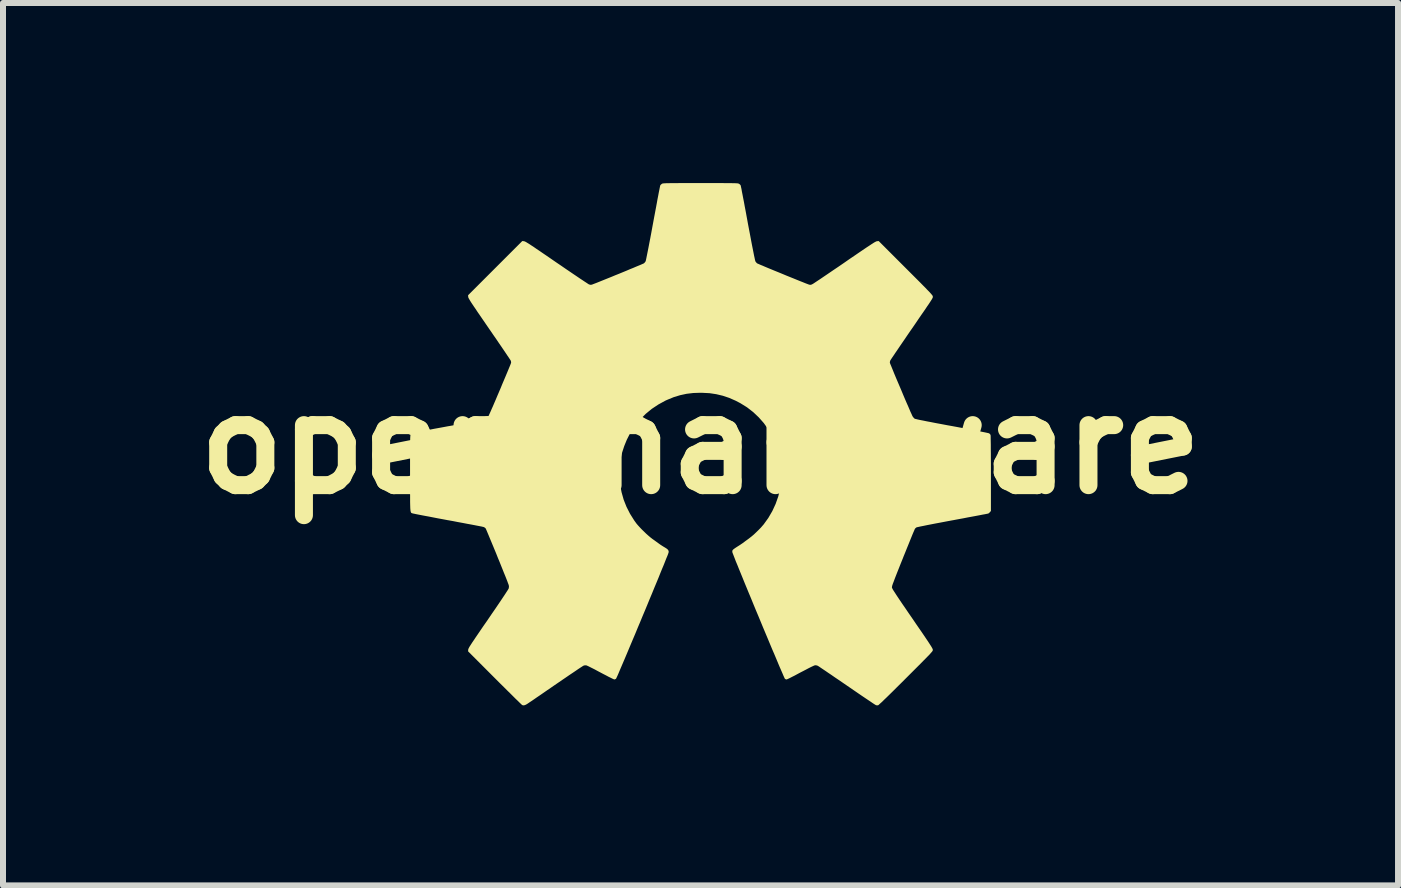
<source format=kicad_pcb>
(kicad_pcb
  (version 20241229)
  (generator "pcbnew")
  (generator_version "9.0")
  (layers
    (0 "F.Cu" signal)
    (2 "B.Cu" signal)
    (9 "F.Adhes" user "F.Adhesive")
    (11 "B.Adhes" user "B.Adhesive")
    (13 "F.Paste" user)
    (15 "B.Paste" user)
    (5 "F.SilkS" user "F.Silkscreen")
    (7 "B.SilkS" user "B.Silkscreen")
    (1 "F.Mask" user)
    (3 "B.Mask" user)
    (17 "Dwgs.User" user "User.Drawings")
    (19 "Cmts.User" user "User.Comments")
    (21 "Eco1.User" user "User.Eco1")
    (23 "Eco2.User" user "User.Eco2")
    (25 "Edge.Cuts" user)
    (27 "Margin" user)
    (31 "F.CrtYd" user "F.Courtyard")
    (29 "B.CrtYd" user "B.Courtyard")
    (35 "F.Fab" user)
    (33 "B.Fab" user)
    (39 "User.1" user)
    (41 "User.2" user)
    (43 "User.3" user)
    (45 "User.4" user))
  (footprint "open_hardware"
    (layer "F.Cu")
    (at 8.621 4.355)
    (property "Reference" "open_hardware" (at 0 0 0) (layer "F.SilkS") (effects (font (size 1.5 1.5) (thickness 0.3))))
    (attr board_only exclude_from_pos_files exclude_from_bom)
    (fp_poly (pts (xy 0.104 -4.355) (xy 0.195 -4.355) (xy 0.275 -4.355) (xy 0.344 -4.355) (xy 0.404 -4.354) (xy 0.455 -4.354) (xy 0.498 -4.354) (xy 0.533 -4.353) (xy 0.561 -4.353) (xy 0.584 -4.352) (xy 0.601 -4.351) (xy 0.615 -4.35) (xy 0.625 -4.349) (xy 0.632 -4.347) (xy 0.637 -4.345) (xy 0.641 -4.343) (xy 0.644 -4.342) (xy 0.659 -4.33) (xy 0.67 -4.316) (xy 0.67 -4.315) (xy 0.672 -4.306) (xy 0.676 -4.286) (xy 0.683 -4.255) (xy 0.69 -4.214) (xy 0.7 -4.164) (xy 0.711 -4.106) (xy 0.724 -4.04) (xy 0.737 -3.968) (xy 0.752 -3.89) (xy 0.767 -3.808) (xy 0.783 -3.721) (xy 0.789 -3.687) (xy 0.808 -3.587) (xy 0.826 -3.493) (xy 0.842 -3.407) (xy 0.857 -3.328) (xy 0.871 -3.258) (xy 0.883 -3.197) (xy 0.893 -3.146) (xy 0.902 -3.105) (xy 0.908 -3.076) (xy 0.913 -3.057) (xy 0.914 -3.052) (xy 0.927 -3.034) (xy 0.941 -3.019) (xy 0.942 -3.018) (xy 0.95 -3.014) (xy 0.969 -3.006) (xy 0.998 -2.993) (xy 1.035 -2.978) (xy 1.079 -2.959) (xy 1.129 -2.938) (xy 1.185 -2.915) (xy 1.243 -2.891) (xy 1.305 -2.866) (xy 1.368 -2.84) (xy 1.43 -2.814) (xy 1.492 -2.789) (xy 1.552 -2.765) (xy 1.608 -2.742) (xy 1.66 -2.721) (xy 1.706 -2.703) (xy 1.745 -2.687) (xy 1.776 -2.675) (xy 1.798 -2.667) (xy 1.808 -2.663) (xy 1.829 -2.659) (xy 1.848 -2.663) (xy 1.856 -2.666) (xy 1.865 -2.671) (xy 1.884 -2.682) (xy 1.911 -2.7) (xy 1.947 -2.724) (xy 1.991 -2.753) (xy 2.041 -2.787) (xy 2.097 -2.825) (xy 2.159 -2.867) (xy 2.225 -2.912) (xy 2.295 -2.959) (xy 2.368 -3.009) (xy 2.397 -3.029) (xy 2.483 -3.089) (xy 2.56 -3.141) (xy 2.627 -3.187) (xy 2.686 -3.227) (xy 2.736 -3.261) (xy 2.779 -3.29) (xy 2.816 -3.314) (xy 2.846 -3.334) (xy 2.871 -3.35) (xy 2.891 -3.363) (xy 2.907 -3.372) (xy 2.919 -3.378) (xy 2.929 -3.383) (xy 2.936 -3.385) (xy 2.941 -3.386) (xy 2.969 -3.389) (xy 3.42 -2.938) (xy 3.494 -2.864) (xy 3.56 -2.798) (xy 3.618 -2.74) (xy 3.668 -2.69) (xy 3.71 -2.647) (xy 3.747 -2.61) (xy 3.777 -2.578) (xy 3.803 -2.552) (xy 3.823 -2.531) (xy 3.838 -2.514) (xy 3.85 -2.5) (xy 3.859 -2.489) (xy 3.865 -2.481) (xy 3.868 -2.475) (xy 3.87 -2.47) (xy 3.871 -2.465) (xy 3.871 -2.464) (xy 3.871 -2.46) (xy 3.871 -2.456) (xy 3.871 -2.452) (xy 3.869 -2.447) (xy 3.867 -2.44) (xy 3.862 -2.432) (xy 3.856 -2.42) (xy 3.847 -2.406) (xy 3.835 -2.387) (xy 3.82 -2.364) (xy 3.801 -2.335) (xy 3.777 -2.301) (xy 3.75 -2.26) (xy 3.717 -2.212) (xy 3.678 -2.156) (xy 3.634 -2.092) (xy 3.584 -2.018) (xy 3.527 -1.935) (xy 3.494 -1.888) (xy 3.446 -1.818) (xy 3.4 -1.75) (xy 3.356 -1.686) (xy 3.315 -1.626) (xy 3.278 -1.571) (xy 3.245 -1.523) (xy 3.217 -1.481) (xy 3.193 -1.446) (xy 3.176 -1.42) (xy 3.165 -1.403) (xy 3.161 -1.396) (xy 3.156 -1.377) (xy 3.155 -1.364) (xy 3.157 -1.356) (xy 3.164 -1.337) (xy 3.176 -1.309) (xy 3.191 -1.272) (xy 3.209 -1.228) (xy 3.229 -1.178) (xy 3.252 -1.123) (xy 3.277 -1.064) (xy 3.303 -1.003) (xy 3.33 -0.94) (xy 3.357 -0.876) (xy 3.383 -0.813) (xy 3.409 -0.752) (xy 3.434 -0.694) (xy 3.458 -0.64) (xy 3.479 -0.591) (xy 3.497 -0.548) (xy 3.513 -0.514) (xy 3.525 -0.487) (xy 3.532 -0.471) (xy 3.532 -0.471) (xy 3.547 -0.45) (xy 3.564 -0.433) (xy 3.568 -0.429) (xy 3.577 -0.426) (xy 3.595 -0.422) (xy 3.623 -0.415) (xy 3.66 -0.407) (xy 3.708 -0.398) (xy 3.766 -0.386) (xy 3.835 -0.373) (xy 3.916 -0.357) (xy 4.008 -0.34) (xy 4.113 -0.32) (xy 4.192 -0.306) (xy 4.3 -0.286) (xy 4.399 -0.267) (xy 4.488 -0.25) (xy 4.567 -0.235) (xy 4.636 -0.222) (xy 4.694 -0.21) (xy 4.74 -0.201) (xy 4.776 -0.193) (xy 4.799 -0.188) (xy 4.81 -0.184) (xy 4.81 -0.184) (xy 4.825 -0.171) (xy 4.833 -0.157) (xy 4.834 -0.148) (xy 4.835 -0.127) (xy 4.835 -0.093) (xy 4.836 -0.049) (xy 4.837 0.007) (xy 4.837 0.072) (xy 4.838 0.147) (xy 4.838 0.231) (xy 4.839 0.324) (xy 4.839 0.424) (xy 4.839 0.484) (xy 4.839 1.109) (xy 4.822 1.128) (xy 4.809 1.142) (xy 4.797 1.15) (xy 4.795 1.151) (xy 4.787 1.153) (xy 4.767 1.157) (xy 4.737 1.163) (xy 4.697 1.17) (xy 4.647 1.18) (xy 4.589 1.191) (xy 4.524 1.203) (xy 4.453 1.216) (xy 4.377 1.231) (xy 4.295 1.246) (xy 4.21 1.262) (xy 4.198 1.264) (xy 4.096 1.283) (xy 4.002 1.301) (xy 3.916 1.317) (xy 3.839 1.332) (xy 3.772 1.345) (xy 3.715 1.357) (xy 3.668 1.366) (xy 3.633 1.374) (xy 3.609 1.379) (xy 3.597 1.383) (xy 3.597 1.383) (xy 3.581 1.396) (xy 3.572 1.408) (xy 3.568 1.416) (xy 3.56 1.436) (xy 3.547 1.465) (xy 3.531 1.503) (xy 3.512 1.55) (xy 3.49 1.604) (xy 3.466 1.664) (xy 3.439 1.73) (xy 3.411 1.8) (xy 3.381 1.873) (xy 3.374 1.892) (xy 3.339 1.978) (xy 3.309 2.054) (xy 3.283 2.119) (xy 3.261 2.175) (xy 3.243 2.221) (xy 3.228 2.261) (xy 3.216 2.293) (xy 3.206 2.318) (xy 3.199 2.339) (xy 3.194 2.354) (xy 3.192 2.366) (xy 3.19 2.375) (xy 3.19 2.382) (xy 3.19 2.386) (xy 3.193 2.393) (xy 3.199 2.405) (xy 3.208 2.422) (xy 3.222 2.444) (xy 3.241 2.473) (xy 3.264 2.509) (xy 3.292 2.551) (xy 3.326 2.602) (xy 3.366 2.661) (xy 3.413 2.729) (xy 3.466 2.807) (xy 3.526 2.894) (xy 3.533 2.904) (xy 3.59 2.988) (xy 3.641 3.062) (xy 3.686 3.127) (xy 3.724 3.183) (xy 3.757 3.232) (xy 3.784 3.272) (xy 3.807 3.307) (xy 3.825 3.335) (xy 3.84 3.358) (xy 3.851 3.376) (xy 3.859 3.391) (xy 3.865 3.402) (xy 3.869 3.41) (xy 3.87 3.417) (xy 3.871 3.422) (xy 3.871 3.422) (xy 3.871 3.427) (xy 3.87 3.431) (xy 3.868 3.437) (xy 3.865 3.443) (xy 3.859 3.451) (xy 3.85 3.462) (xy 3.838 3.475) (xy 3.823 3.493) (xy 3.803 3.514) (xy 3.778 3.539) (xy 3.748 3.57) (xy 3.711 3.607) (xy 3.669 3.65) (xy 3.619 3.7) (xy 3.562 3.757) (xy 3.496 3.823) (xy 3.424 3.895) (xy 3.343 3.976) (xy 3.27 4.048) (xy 3.206 4.112) (xy 3.149 4.168) (xy 3.101 4.215) (xy 3.06 4.254) (xy 3.027 4.287) (xy 3 4.311) (xy 2.98 4.329) (xy 2.967 4.341) (xy 2.959 4.346) (xy 2.959 4.346) (xy 2.939 4.347) (xy 2.923 4.344) (xy 2.915 4.339) (xy 2.897 4.328) (xy 2.871 4.311) (xy 2.836 4.287) (xy 2.794 4.259) (xy 2.745 4.226) (xy 2.69 4.189) (xy 2.63 4.148) (xy 2.566 4.104) (xy 2.499 4.058) (xy 2.442 4.019) (xy 2.372 3.971) (xy 2.305 3.925) (xy 2.241 3.882) (xy 2.182 3.841) (xy 2.127 3.804) (xy 2.079 3.771) (xy 2.037 3.743) (xy 2.003 3.72) (xy 1.978 3.703) (xy 1.961 3.692) (xy 1.955 3.688) (xy 1.925 3.679) (xy 1.908 3.68) (xy 1.896 3.683) (xy 1.874 3.693) (xy 1.842 3.708) (xy 1.802 3.728) (xy 1.755 3.753) (xy 1.701 3.781) (xy 1.666 3.799) (xy 1.617 3.825) (xy 1.571 3.85) (xy 1.529 3.871) (xy 1.494 3.889) (xy 1.465 3.903) (xy 1.445 3.912) (xy 1.435 3.916) (xy 1.434 3.916) (xy 1.419 3.912) (xy 1.407 3.905) (xy 1.403 3.898) (xy 1.394 3.879) (xy 1.381 3.85) (xy 1.365 3.812) (xy 1.344 3.764) (xy 1.32 3.709) (xy 1.293 3.645) (xy 1.264 3.575) (xy 1.232 3.499) (xy 1.197 3.418) (xy 1.161 3.332) (xy 1.124 3.243) (xy 1.085 3.15) (xy 1.045 3.055) (xy 1.005 2.958) (xy 0.965 2.861) (xy 0.924 2.764) (xy 0.884 2.667) (xy 0.845 2.571) (xy 0.806 2.478) (xy 0.769 2.388) (xy 0.733 2.301) (xy 0.7 2.219) (xy 0.668 2.141) (xy 0.639 2.07) (xy 0.613 2.005) (xy 0.589 1.948) (xy 0.57 1.898) (xy 0.554 1.857) (xy 0.542 1.826) (xy 0.534 1.805) (xy 0.531 1.796) (xy 0.531 1.795) (xy 0.53 1.777) (xy 0.534 1.763) (xy 0.546 1.75) (xy 0.56 1.739) (xy 0.581 1.724) (xy 0.607 1.707) (xy 0.626 1.695) (xy 0.656 1.676) (xy 0.687 1.655) (xy 0.715 1.636) (xy 0.726 1.627) (xy 0.75 1.609) (xy 0.779 1.588) (xy 0.809 1.566) (xy 0.819 1.558) (xy 0.851 1.533) (xy 0.889 1.501) (xy 0.929 1.463) (xy 0.969 1.424) (xy 1.007 1.385) (xy 1.039 1.348) (xy 1.053 1.332) (xy 1.13 1.225) (xy 1.197 1.11) (xy 1.252 0.991) (xy 1.296 0.866) (xy 1.327 0.739) (xy 1.33 0.727) (xy 1.337 0.678) (xy 1.342 0.62) (xy 1.346 0.557) (xy 1.348 0.492) (xy 1.347 0.43) (xy 1.344 0.373) (xy 1.342 0.354) (xy 1.323 0.223) (xy 1.291 0.096) (xy 1.248 -0.026) (xy 1.194 -0.142) (xy 1.129 -0.252) (xy 1.055 -0.356) (xy 0.971 -0.451) (xy 0.878 -0.539) (xy 0.776 -0.618) (xy 0.665 -0.687) (xy 0.589 -0.727) (xy 0.48 -0.775) (xy 0.373 -0.811) (xy 0.264 -0.837) (xy 0.152 -0.854) (xy 0.034 -0.86) (xy -0.000001 -0.861) (xy -0.119 -0.857) (xy -0.23 -0.844) (xy -0.337 -0.821) (xy -0.443 -0.789) (xy -0.548 -0.746) (xy -0.584 -0.73) (xy -0.701 -0.666) (xy -0.811 -0.593) (xy -0.912 -0.51) (xy -1.004 -0.417) (xy -1.088 -0.314) (xy -1.125 -0.263) (xy -1.179 -0.174) (xy -1.228 -0.077) (xy -1.27 0.026) (xy -1.305 0.133) (xy -1.326 0.219) (xy -1.335 0.27) (xy -1.341 0.331) (xy -1.346 0.397) (xy -1.348 0.466) (xy -1.348 0.535) (xy -1.345 0.599) (xy -1.34 0.656) (xy -1.339 0.667) (xy -1.315 0.796) (xy -1.28 0.92) (xy -1.233 1.039) (xy -1.174 1.155) (xy -1.103 1.268) (xy -1.066 1.319) (xy -1.044 1.345) (xy -1.015 1.377) (xy -0.981 1.413) (xy -0.943 1.45) (xy -0.905 1.487) (xy -0.868 1.52) (xy -0.835 1.548) (xy -0.808 1.569) (xy -0.806 1.571) (xy -0.776 1.592) (xy -0.743 1.616) (xy -0.712 1.638) (xy -0.703 1.645) (xy -0.674 1.666) (xy -0.639 1.689) (xy -0.607 1.709) (xy -0.601 1.712) (xy -0.569 1.732) (xy -0.548 1.748) (xy -0.536 1.764) (xy -0.53 1.78) (xy -0.531 1.798) (xy -0.531 1.799) (xy -0.534 1.808) (xy -0.541 1.829) (xy -0.553 1.86) (xy -0.57 1.9) (xy -0.589 1.949) (xy -0.612 2.007) (xy -0.639 2.071) (xy -0.668 2.142) (xy -0.699 2.22) (xy -0.733 2.302) (xy -0.769 2.388) (xy -0.806 2.479) (xy -0.845 2.572) (xy -0.884 2.667) (xy -0.924 2.764) (xy -0.965 2.861) (xy -1.005 2.958) (xy -1.046 3.055) (xy -1.085 3.15) (xy -1.124 3.242) (xy -1.162 3.332) (xy -1.198 3.418) (xy -1.232 3.499) (xy -1.264 3.575) (xy -1.294 3.645) (xy -1.321 3.708) (xy -1.345 3.764) (xy -1.365 3.812) (xy -1.382 3.851) (xy -1.395 3.879) (xy -1.404 3.898) (xy -1.408 3.905) (xy -1.408 3.905) (xy -1.426 3.914) (xy -1.439 3.915) (xy -1.448 3.911) (xy -1.468 3.902) (xy -1.496 3.888) (xy -1.531 3.871) (xy -1.572 3.849) (xy -1.617 3.826) (xy -1.666 3.8) (xy -1.67 3.798) (xy -1.719 3.772) (xy -1.765 3.747) (xy -1.807 3.726) (xy -1.843 3.708) (xy -1.873 3.693) (xy -1.894 3.684) (xy -1.905 3.68) (xy -1.905 3.68) (xy -1.928 3.68) (xy -1.949 3.686) (xy -1.958 3.691) (xy -1.976 3.703) (xy -2.004 3.721) (xy -2.039 3.744) (xy -2.081 3.773) (xy -2.13 3.806) (xy -2.184 3.842) (xy -2.242 3.882) (xy -2.304 3.924) (xy -2.368 3.968) (xy -2.434 4.013) (xy -2.499 4.058) (xy -2.562 4.101) (xy -2.621 4.142) (xy -2.676 4.18) (xy -2.725 4.213) (xy -2.768 4.243) (xy -2.803 4.267) (xy -2.83 4.285) (xy -2.844 4.294) (xy -2.879 4.318) (xy -2.905 4.334) (xy -2.926 4.343) (xy -2.942 4.347) (xy -2.956 4.347) (xy -2.971 4.342) (xy -2.971 4.342) (xy -2.977 4.337) (xy -2.992 4.323) (xy -3.015 4.301) (xy -3.044 4.272) (xy -3.081 4.237) (xy -3.123 4.195) (xy -3.17 4.148) (xy -3.222 4.097) (xy -3.278 4.041) (xy -3.338 3.982) (xy -3.4 3.92) (xy -3.428 3.892) (xy -3.872 3.447) (xy -3.87 3.419) (xy -3.869 3.413) (xy -3.867 3.406) (xy -3.862 3.396) (xy -3.856 3.384) (xy -3.847 3.368) (xy -3.834 3.348) (xy -3.818 3.323) (xy -3.798 3.292) (xy -3.773 3.256) (xy -3.744 3.212) (xy -3.709 3.161) (xy -3.669 3.102) (xy -3.622 3.033) (xy -3.568 2.956) (xy -3.534 2.906) (xy -3.474 2.818) (xy -3.418 2.737) (xy -3.368 2.663) (xy -3.324 2.598) (xy -3.286 2.541) (xy -3.254 2.493) (xy -3.229 2.454) (xy -3.21 2.425) (xy -3.199 2.405) (xy -3.194 2.396) (xy -3.191 2.363) (xy -3.194 2.348) (xy -3.198 2.334) (xy -3.207 2.311) (xy -3.219 2.278) (xy -3.235 2.237) (xy -3.254 2.189) (xy -3.276 2.136) (xy -3.299 2.078) (xy -3.324 2.016) (xy -3.35 1.951) (xy -3.377 1.886) (xy -3.403 1.82) (xy -3.43 1.755) (xy -3.456 1.692) (xy -3.481 1.632) (xy -3.504 1.577) (xy -3.525 1.526) (xy -3.543 1.483) (xy -3.558 1.447) (xy -3.57 1.419) (xy -3.578 1.402) (xy -3.582 1.396) (xy -3.598 1.383) (xy -3.615 1.375) (xy -3.625 1.373) (xy -3.646 1.368) (xy -3.677 1.362) (xy -3.719 1.354) (xy -3.77 1.344) (xy -3.828 1.333) (xy -3.894 1.321) (xy -3.966 1.307) (xy -4.043 1.293) (xy -4.124 1.277) (xy -4.209 1.262) (xy -4.21 1.262) (xy -4.294 1.246) (xy -4.376 1.231) (xy -4.453 1.216) (xy -4.524 1.202) (xy -4.59 1.19) (xy -4.648 1.179) (xy -4.699 1.169) (xy -4.74 1.161) (xy -4.772 1.154) (xy -4.793 1.15) (xy -4.802 1.147) (xy -4.802 1.147) (xy -4.808 1.145) (xy -4.813 1.143) (xy -4.818 1.14) (xy -4.822 1.136) (xy -4.825 1.129) (xy -4.828 1.12) (xy -4.831 1.107) (xy -4.833 1.089) (xy -4.835 1.066) (xy -4.836 1.037) (xy -4.837 1.002) (xy -4.838 0.959) (xy -4.838 0.908) (xy -4.838 0.848) (xy -4.839 0.778) (xy -4.839 0.698) (xy -4.839 0.606) (xy -4.839 0.503) (xy -4.839 0.475) (xy -4.839 0.371) (xy -4.839 0.28) (xy -4.839 0.199) (xy -4.839 0.129) (xy -4.838 0.069) (xy -4.838 0.018) (xy -4.838 -0.025) (xy -4.837 -0.06) (xy -4.837 -0.089) (xy -4.836 -0.112) (xy -4.835 -0.129) (xy -4.834 -0.143) (xy -4.833 -0.152) (xy -4.831 -0.159) (xy -4.83 -0.164) (xy -4.828 -0.167) (xy -4.826 -0.17) (xy -4.81 -0.184) (xy -4.792 -0.193) (xy -4.783 -0.195) (xy -4.761 -0.199) (xy -4.73 -0.205) (xy -4.688 -0.213) (xy -4.637 -0.223) (xy -4.578 -0.234) (xy -4.512 -0.246) (xy -4.44 -0.26) (xy -4.363 -0.274) (xy -4.281 -0.289) (xy -4.196 -0.305) (xy -4.187 -0.306) (xy -4.077 -0.326) (xy -3.98 -0.344) (xy -3.894 -0.361) (xy -3.819 -0.375) (xy -3.756 -0.387) (xy -3.702 -0.397) (xy -3.659 -0.406) (xy -3.625 -0.414) (xy -3.6 -0.42) (xy -3.583 -0.424) (xy -3.575 -0.427) (xy -3.552 -0.443) (xy -3.535 -0.466) (xy -3.533 -0.471) (xy -3.525 -0.487) (xy -3.513 -0.514) (xy -3.497 -0.549) (xy -3.479 -0.591) (xy -3.457 -0.64) (xy -3.434 -0.694) (xy -3.409 -0.752) (xy -3.383 -0.814) (xy -3.356 -0.877) (xy -3.329 -0.94) (xy -3.303 -1.004) (xy -3.277 -1.065) (xy -3.252 -1.124) (xy -3.229 -1.179) (xy -3.208 -1.229) (xy -3.19 -1.273) (xy -3.175 -1.309) (xy -3.164 -1.337) (xy -3.157 -1.356) (xy -3.155 -1.364) (xy -3.157 -1.383) (xy -3.161 -1.396) (xy -3.165 -1.403) (xy -3.177 -1.421) (xy -3.194 -1.447) (xy -3.218 -1.482) (xy -3.246 -1.524) (xy -3.28 -1.574) (xy -3.317 -1.629) (xy -3.359 -1.69) (xy -3.403 -1.755) (xy -3.451 -1.824) (xy -3.5 -1.896) (xy -3.517 -1.92) (xy -3.576 -2.006) (xy -3.628 -2.082) (xy -3.674 -2.149) (xy -3.714 -2.207) (xy -3.747 -2.257) (xy -3.776 -2.299) (xy -3.8 -2.335) (xy -3.82 -2.365) (xy -3.835 -2.389) (xy -3.847 -2.409) (xy -3.856 -2.425) (xy -3.863 -2.437) (xy -3.867 -2.446) (xy -3.869 -2.453) (xy -3.87 -2.457) (xy -3.872 -2.486) (xy -3.421 -2.937) (xy -2.969 -3.389) (xy -2.941 -3.386) (xy -2.936 -3.385) (xy -2.928 -3.382) (xy -2.919 -3.378) (xy -2.906 -3.372) (xy -2.891 -3.362) (xy -2.87 -3.35) (xy -2.845 -3.334) (xy -2.815 -3.314) (xy -2.778 -3.29) (xy -2.735 -3.26) (xy -2.684 -3.226) (xy -2.626 -3.186) (xy -2.558 -3.14) (xy -2.481 -3.087) (xy -2.397 -3.029) (xy -2.323 -2.979) (xy -2.252 -2.93) (xy -2.184 -2.884) (xy -2.121 -2.841) (xy -2.063 -2.802) (xy -2.01 -2.766) (xy -1.963 -2.735) (xy -1.924 -2.709) (xy -1.893 -2.689) (xy -1.871 -2.674) (xy -1.859 -2.667) (xy -1.856 -2.666) (xy -1.836 -2.66) (xy -1.816 -2.661) (xy -1.808 -2.663) (xy -1.795 -2.668) (xy -1.772 -2.677) (xy -1.74 -2.689) (xy -1.7 -2.705) (xy -1.653 -2.724) (xy -1.601 -2.745) (xy -1.544 -2.768) (xy -1.484 -2.792) (xy -1.422 -2.818) (xy -1.359 -2.843) (xy -1.296 -2.869) (xy -1.235 -2.894) (xy -1.177 -2.919) (xy -1.122 -2.941) (xy -1.073 -2.962) (xy -1.029 -2.98) (xy -0.993 -2.995) (xy -0.966 -3.007) (xy -0.948 -3.015) (xy -0.942 -3.018) (xy -0.928 -3.032) (xy -0.915 -3.05) (xy -0.914 -3.052) (xy -0.911 -3.062) (xy -0.906 -3.084) (xy -0.899 -3.118) (xy -0.89 -3.163) (xy -0.879 -3.218) (xy -0.866 -3.283) (xy -0.852 -3.357) (xy -0.836 -3.439) (xy -0.819 -3.53) (xy -0.801 -3.628) (xy -0.79 -3.687) (xy -0.774 -3.774) (xy -0.758 -3.858) (xy -0.743 -3.938) (xy -0.729 -4.013) (xy -0.717 -4.081) (xy -0.705 -4.142) (xy -0.695 -4.196) (xy -0.686 -4.24) (xy -0.679 -4.275) (xy -0.674 -4.3) (xy -0.671 -4.313) (xy -0.671 -4.315) (xy -0.661 -4.328) (xy -0.646 -4.34) (xy -0.644 -4.342) (xy -0.64 -4.344) (xy -0.636 -4.346) (xy -0.63 -4.348) (xy -0.622 -4.349) (xy -0.611 -4.35) (xy -0.596 -4.351) (xy -0.577 -4.352) (xy -0.553 -4.353) (xy -0.522 -4.353) (xy -0.485 -4.354) (xy -0.44 -4.354) (xy -0.386 -4.354) (xy -0.323 -4.355) (xy -0.25 -4.355) (xy -0.167 -4.355) (xy -0.072 -4.355) (xy -0.000001 -4.355)) (stroke (width 0) (type solid)) (fill yes) (layer "F.SilkS")))
  (gr_rect
    (start -3 -3)
    (end 20.243 11.702)
    (stroke (width 0.1) (type default))
    (fill no)
    (layer "Edge.Cuts")))
</source>
